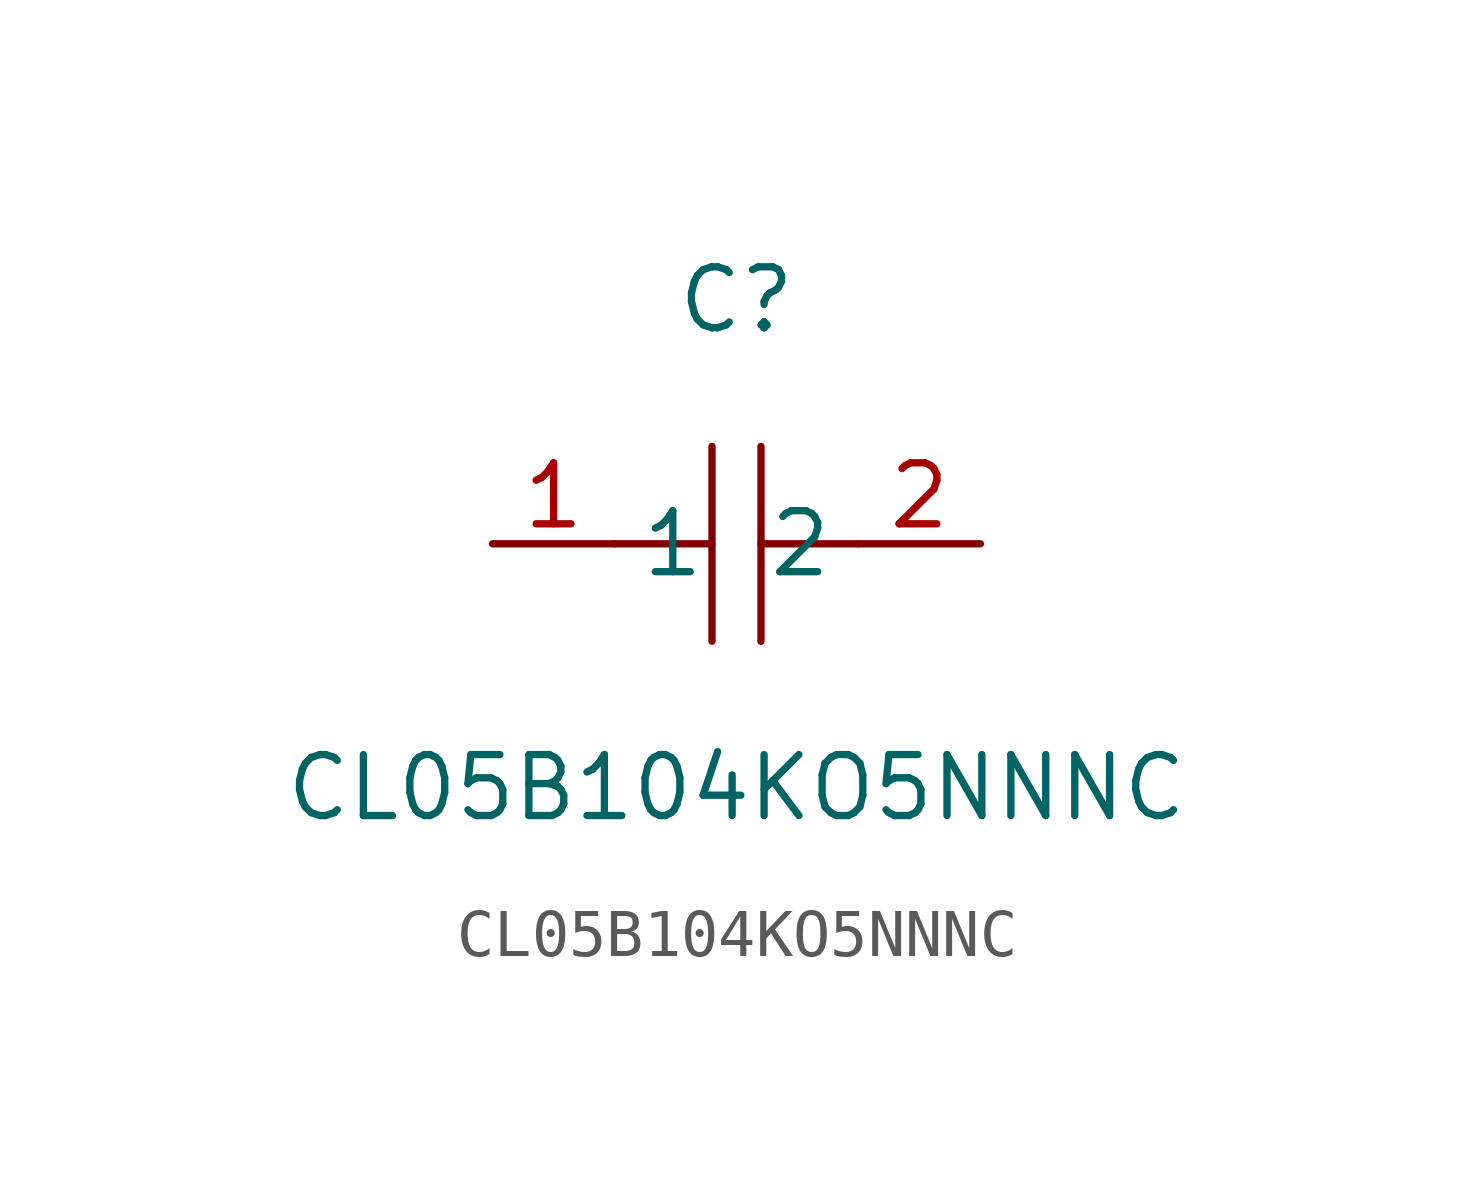
<source format=kicad_sym>
(kicad_symbol_lib
  (version 1)
  (generator "faebryk")
  (symbol "CL05B104KO5NNNC"
    (property "Reference" "C"
      (at 0 5.08 0)
      (effects (font (size 1.27 1.27)) (hide no)))
    (property "Value" "CL05B104KO5NNNC"
      (at 0 -5.08 0)
      (effects (font (size 1.27 1.27)) (hide no)))
    (symbol "CL05B104KO5NNNC_0_1"
      (polyline (stroke (width 0) (type default) (color 0 0 0 0)) (fill (type none)) (pts (xy -0.51 0) (xy -2.54 0)))
      (polyline (stroke (width 0) (type default) (color 0 0 0 0)) (fill (type none)) (pts (xy 0.51 2.03) (xy 0.51 -2.03)))
      (polyline (stroke (width 0) (type default) (color 0 0 0 0)) (fill (type none)) (pts (xy 2.54 0) (xy 0.51 0)))
      (polyline (stroke (width 0) (type default) (color 0 0 0 0)) (fill (type none)) (pts (xy -0.51 -2.03) (xy -0.51 2.03)))
      (pin unspecified line (at 5.08 0 180) (length 2.54) (name "2" (effects (font (size 1.27 1.27)) (hide no))) (number "2" (effects (font (size 1.27 1.27)) (hide no))))
      (pin unspecified line (at -5.08 0 0) (length 2.54) (name "1" (effects (font (size 1.27 1.27)) (hide no))) (number "1" (effects (font (size 1.27 1.27)) (hide no)))))))
</source>
